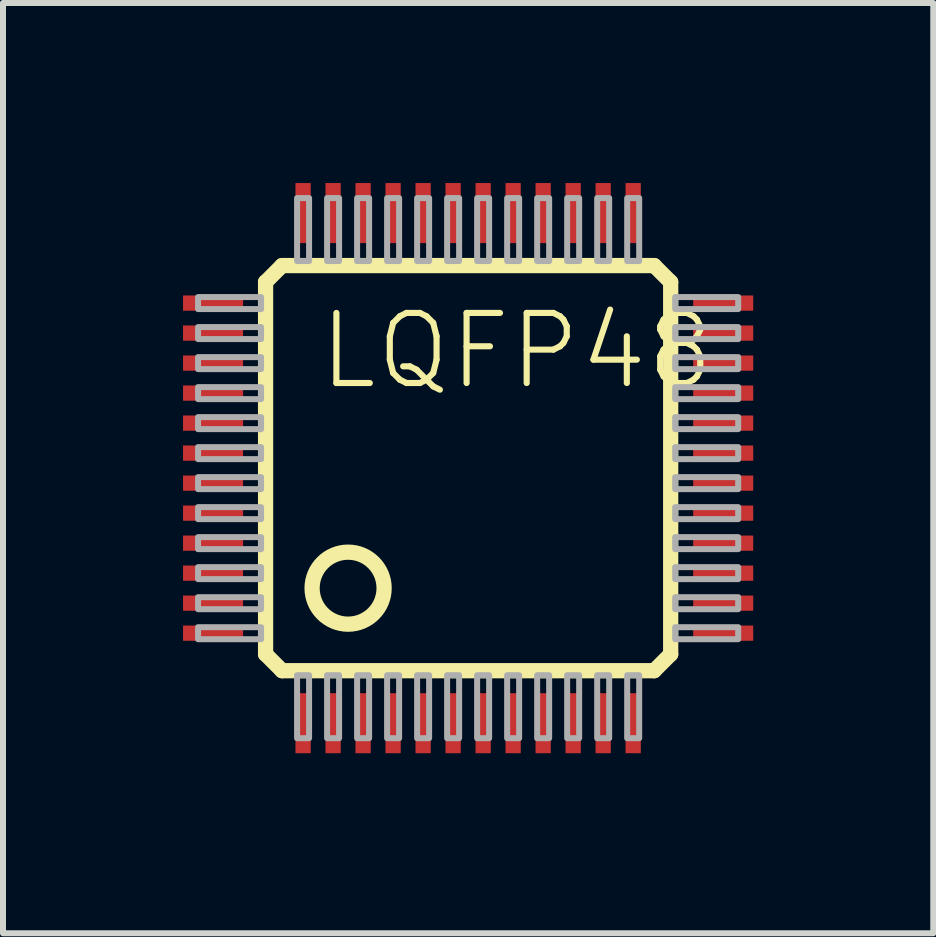
<source format=kicad_pcb>
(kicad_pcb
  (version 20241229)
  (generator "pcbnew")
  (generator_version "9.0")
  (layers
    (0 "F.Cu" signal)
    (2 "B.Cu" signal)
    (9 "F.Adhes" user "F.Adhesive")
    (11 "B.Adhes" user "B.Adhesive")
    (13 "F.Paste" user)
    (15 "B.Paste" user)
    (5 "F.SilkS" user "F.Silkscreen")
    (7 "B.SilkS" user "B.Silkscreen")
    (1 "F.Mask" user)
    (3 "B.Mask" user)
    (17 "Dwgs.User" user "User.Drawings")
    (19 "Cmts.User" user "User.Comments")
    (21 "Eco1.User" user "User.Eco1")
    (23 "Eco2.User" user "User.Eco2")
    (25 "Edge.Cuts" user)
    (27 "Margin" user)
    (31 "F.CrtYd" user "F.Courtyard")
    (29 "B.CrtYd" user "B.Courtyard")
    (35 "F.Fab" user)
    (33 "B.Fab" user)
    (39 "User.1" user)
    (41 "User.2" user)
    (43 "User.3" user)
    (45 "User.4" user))
  (footprint "LQFP48"
    (layer "F.Cu")
    (at 4.75 4.75)
    (property "Reference" "LQFP48" (at -2.54 -1.27 0) (layer "F.SilkS") (effects (font (size 1.168 1.168) (thickness 0.102)) (justify left bottom)))
    (fp_line (start -3.375 -3.1) (end -3.1 -3.375) (stroke (width 0.254) (type solid)) (layer "F.SilkS"))
    (fp_line (start -3.375 3.1) (end -3.375 -3.1) (stroke (width 0.254) (type solid)) (layer "F.SilkS"))
    (fp_line (start -3.1 -3.375) (end 3.1 -3.375) (stroke (width 0.254) (type solid)) (layer "F.SilkS"))
    (fp_line (start -3.1 3.375) (end -3.375 3.1) (stroke (width 0.254) (type solid)) (layer "F.SilkS"))
    (fp_line (start 3.1 -3.375) (end 3.375 -3.1) (stroke (width 0.254) (type solid)) (layer "F.SilkS"))
    (fp_line (start 3.1 3.375) (end -3.1 3.375) (stroke (width 0.254) (type solid)) (layer "F.SilkS"))
    (fp_line (start 3.375 -3.1) (end 3.375 3.1) (stroke (width 0.254) (type solid)) (layer "F.SilkS"))
    (fp_line (start 3.375 3.1) (end 3.1 3.375) (stroke (width 0.254) (type solid)) (layer "F.SilkS"))
    (fp_circle (center -2 2) (end -1.4 2) (stroke (width 0.254) (type solid)) (fill no) (layer "F.SilkS"))
    (fp_poly (pts (xy -4.5 -2.65) (xy -3.45 -2.65) (xy -3.45 -2.85) (xy -4.5 -2.85)) (stroke (width 0.1) (type solid)) (fill no) (layer "F.Fab"))
    (fp_poly (pts (xy -4.5 -2.15) (xy -3.45 -2.15) (xy -3.45 -2.35) (xy -4.5 -2.35)) (stroke (width 0.1) (type solid)) (fill no) (layer "F.Fab"))
    (fp_poly (pts (xy -4.5 -1.65) (xy -3.45 -1.65) (xy -3.45 -1.85) (xy -4.5 -1.85)) (stroke (width 0.1) (type solid)) (fill no) (layer "F.Fab"))
    (fp_poly (pts (xy -4.5 -1.15) (xy -3.45 -1.15) (xy -3.45 -1.35) (xy -4.5 -1.35)) (stroke (width 0.1) (type solid)) (fill no) (layer "F.Fab"))
    (fp_poly (pts (xy -4.5 -0.65) (xy -3.45 -0.65) (xy -3.45 -0.85) (xy -4.5 -0.85)) (stroke (width 0.1) (type solid)) (fill no) (layer "F.Fab"))
    (fp_poly (pts (xy -4.5 -0.15) (xy -3.45 -0.15) (xy -3.45 -0.35) (xy -4.5 -0.35)) (stroke (width 0.1) (type solid)) (fill no) (layer "F.Fab"))
    (fp_poly (pts (xy -4.5 0.35) (xy -3.45 0.35) (xy -3.45 0.15) (xy -4.5 0.15)) (stroke (width 0.1) (type solid)) (fill no) (layer "F.Fab"))
    (fp_poly (pts (xy -4.5 0.85) (xy -3.45 0.85) (xy -3.45 0.65) (xy -4.5 0.65)) (stroke (width 0.1) (type solid)) (fill no) (layer "F.Fab"))
    (fp_poly (pts (xy -4.5 1.35) (xy -3.45 1.35) (xy -3.45 1.15) (xy -4.5 1.15)) (stroke (width 0.1) (type solid)) (fill no) (layer "F.Fab"))
    (fp_poly (pts (xy -4.5 1.85) (xy -3.45 1.85) (xy -3.45 1.65) (xy -4.5 1.65)) (stroke (width 0.1) (type solid)) (fill no) (layer "F.Fab"))
    (fp_poly (pts (xy -4.5 2.35) (xy -3.45 2.35) (xy -3.45 2.15) (xy -4.5 2.15)) (stroke (width 0.1) (type solid)) (fill no) (layer "F.Fab"))
    (fp_poly (pts (xy -4.5 2.85) (xy -3.45 2.85) (xy -3.45 2.65) (xy -4.5 2.65)) (stroke (width 0.1) (type solid)) (fill no) (layer "F.Fab"))
    (fp_poly (pts (xy -2.85 -3.45) (xy -2.65 -3.45) (xy -2.65 -4.5) (xy -2.85 -4.5)) (stroke (width 0.1) (type solid)) (fill no) (layer "F.Fab"))
    (fp_poly (pts (xy -2.85 4.5) (xy -2.65 4.5) (xy -2.65 3.45) (xy -2.85 3.45)) (stroke (width 0.1) (type solid)) (fill no) (layer "F.Fab"))
    (fp_poly (pts (xy -2.35 -3.45) (xy -2.15 -3.45) (xy -2.15 -4.5) (xy -2.35 -4.5)) (stroke (width 0.1) (type solid)) (fill no) (layer "F.Fab"))
    (fp_poly (pts (xy -2.35 4.5) (xy -2.15 4.5) (xy -2.15 3.45) (xy -2.35 3.45)) (stroke (width 0.1) (type solid)) (fill no) (layer "F.Fab"))
    (fp_poly (pts (xy -1.85 -3.45) (xy -1.65 -3.45) (xy -1.65 -4.5) (xy -1.85 -4.5)) (stroke (width 0.1) (type solid)) (fill no) (layer "F.Fab"))
    (fp_poly (pts (xy -1.85 4.5) (xy -1.65 4.5) (xy -1.65 3.45) (xy -1.85 3.45)) (stroke (width 0.1) (type solid)) (fill no) (layer "F.Fab"))
    (fp_poly (pts (xy -1.35 -3.45) (xy -1.15 -3.45) (xy -1.15 -4.5) (xy -1.35 -4.5)) (stroke (width 0.1) (type solid)) (fill no) (layer "F.Fab"))
    (fp_poly (pts (xy -1.35 4.5) (xy -1.15 4.5) (xy -1.15 3.45) (xy -1.35 3.45)) (stroke (width 0.1) (type solid)) (fill no) (layer "F.Fab"))
    (fp_poly (pts (xy -0.85 -3.45) (xy -0.65 -3.45) (xy -0.65 -4.5) (xy -0.85 -4.5)) (stroke (width 0.1) (type solid)) (fill no) (layer "F.Fab"))
    (fp_poly (pts (xy -0.85 4.5) (xy -0.65 4.5) (xy -0.65 3.45) (xy -0.85 3.45)) (stroke (width 0.1) (type solid)) (fill no) (layer "F.Fab"))
    (fp_poly (pts (xy -0.35 -3.45) (xy -0.15 -3.45) (xy -0.15 -4.5) (xy -0.35 -4.5)) (stroke (width 0.1) (type solid)) (fill no) (layer "F.Fab"))
    (fp_poly (pts (xy -0.35 4.5) (xy -0.15 4.5) (xy -0.15 3.45) (xy -0.35 3.45)) (stroke (width 0.1) (type solid)) (fill no) (layer "F.Fab"))
    (fp_poly (pts (xy 0.15 -3.45) (xy 0.35 -3.45) (xy 0.35 -4.5) (xy 0.15 -4.5)) (stroke (width 0.1) (type solid)) (fill no) (layer "F.Fab"))
    (fp_poly (pts (xy 0.15 4.5) (xy 0.35 4.5) (xy 0.35 3.45) (xy 0.15 3.45)) (stroke (width 0.1) (type solid)) (fill no) (layer "F.Fab"))
    (fp_poly (pts (xy 0.65 -3.45) (xy 0.85 -3.45) (xy 0.85 -4.5) (xy 0.65 -4.5)) (stroke (width 0.1) (type solid)) (fill no) (layer "F.Fab"))
    (fp_poly (pts (xy 0.65 4.5) (xy 0.85 4.5) (xy 0.85 3.45) (xy 0.65 3.45)) (stroke (width 0.1) (type solid)) (fill no) (layer "F.Fab"))
    (fp_poly (pts (xy 1.15 -3.45) (xy 1.35 -3.45) (xy 1.35 -4.5) (xy 1.15 -4.5)) (stroke (width 0.1) (type solid)) (fill no) (layer "F.Fab"))
    (fp_poly (pts (xy 1.15 4.5) (xy 1.35 4.5) (xy 1.35 3.45) (xy 1.15 3.45)) (stroke (width 0.1) (type solid)) (fill no) (layer "F.Fab"))
    (fp_poly (pts (xy 1.65 -3.45) (xy 1.85 -3.45) (xy 1.85 -4.5) (xy 1.65 -4.5)) (stroke (width 0.1) (type solid)) (fill no) (layer "F.Fab"))
    (fp_poly (pts (xy 1.65 4.5) (xy 1.85 4.5) (xy 1.85 3.45) (xy 1.65 3.45)) (stroke (width 0.1) (type solid)) (fill no) (layer "F.Fab"))
    (fp_poly (pts (xy 2.15 -3.45) (xy 2.35 -3.45) (xy 2.35 -4.5) (xy 2.15 -4.5)) (stroke (width 0.1) (type solid)) (fill no) (layer "F.Fab"))
    (fp_poly (pts (xy 2.15 4.5) (xy 2.35 4.5) (xy 2.35 3.45) (xy 2.15 3.45)) (stroke (width 0.1) (type solid)) (fill no) (layer "F.Fab"))
    (fp_poly (pts (xy 2.65 -3.45) (xy 2.85 -3.45) (xy 2.85 -4.5) (xy 2.65 -4.5)) (stroke (width 0.1) (type solid)) (fill no) (layer "F.Fab"))
    (fp_poly (pts (xy 2.65 4.5) (xy 2.85 4.5) (xy 2.85 3.45) (xy 2.65 3.45)) (stroke (width 0.1) (type solid)) (fill no) (layer "F.Fab"))
    (fp_poly (pts (xy 3.45 -2.65) (xy 4.5 -2.65) (xy 4.5 -2.85) (xy 3.45 -2.85)) (stroke (width 0.1) (type solid)) (fill no) (layer "F.Fab"))
    (fp_poly (pts (xy 3.45 -2.15) (xy 4.5 -2.15) (xy 4.5 -2.35) (xy 3.45 -2.35)) (stroke (width 0.1) (type solid)) (fill no) (layer "F.Fab"))
    (fp_poly (pts (xy 3.45 -1.65) (xy 4.5 -1.65) (xy 4.5 -1.85) (xy 3.45 -1.85)) (stroke (width 0.1) (type solid)) (fill no) (layer "F.Fab"))
    (fp_poly (pts (xy 3.45 -1.15) (xy 4.5 -1.15) (xy 4.5 -1.35) (xy 3.45 -1.35)) (stroke (width 0.1) (type solid)) (fill no) (layer "F.Fab"))
    (fp_poly (pts (xy 3.45 -0.65) (xy 4.5 -0.65) (xy 4.5 -0.85) (xy 3.45 -0.85)) (stroke (width 0.1) (type solid)) (fill no) (layer "F.Fab"))
    (fp_poly (pts (xy 3.45 -0.15) (xy 4.5 -0.15) (xy 4.5 -0.35) (xy 3.45 -0.35)) (stroke (width 0.1) (type solid)) (fill no) (layer "F.Fab"))
    (fp_poly (pts (xy 3.45 0.35) (xy 4.5 0.35) (xy 4.5 0.15) (xy 3.45 0.15)) (stroke (width 0.1) (type solid)) (fill no) (layer "F.Fab"))
    (fp_poly (pts (xy 3.45 0.85) (xy 4.5 0.85) (xy 4.5 0.65) (xy 3.45 0.65)) (stroke (width 0.1) (type solid)) (fill no) (layer "F.Fab"))
    (fp_poly (pts (xy 3.45 1.35) (xy 4.5 1.35) (xy 4.5 1.15) (xy 3.45 1.15)) (stroke (width 0.1) (type solid)) (fill no) (layer "F.Fab"))
    (fp_poly (pts (xy 3.45 1.85) (xy 4.5 1.85) (xy 4.5 1.65) (xy 3.45 1.65)) (stroke (width 0.1) (type solid)) (fill no) (layer "F.Fab"))
    (fp_poly (pts (xy 3.45 2.35) (xy 4.5 2.35) (xy 4.5 2.15) (xy 3.45 2.15)) (stroke (width 0.1) (type solid)) (fill no) (layer "F.Fab"))
    (fp_poly (pts (xy 3.45 2.85) (xy 4.5 2.85) (xy 4.5 2.65) (xy 3.45 2.65)) (stroke (width 0.1) (type solid)) (fill no) (layer "F.Fab"))
    (pad "1" smd rect (at -2.75 4.25) (size 0.254 1) (layers "F.Cu" "F.Mask" "F.Paste"))
    (pad "2" smd rect (at -2.25 4.25) (size 0.254 1) (layers "F.Cu" "F.Mask" "F.Paste"))
    (pad "3" smd rect (at -1.75 4.25) (size 0.254 1) (layers "F.Cu" "F.Mask" "F.Paste"))
    (pad "4" smd rect (at -1.25 4.25) (size 0.254 1) (layers "F.Cu" "F.Mask" "F.Paste"))
    (pad "5" smd rect (at -0.75 4.25) (size 0.254 1) (layers "F.Cu" "F.Mask" "F.Paste"))
    (pad "6" smd rect (at -0.25 4.25) (size 0.254 1) (layers "F.Cu" "F.Mask" "F.Paste"))
    (pad "7" smd rect (at 0.25 4.25) (size 0.254 1) (layers "F.Cu" "F.Mask" "F.Paste"))
    (pad "8" smd rect (at 0.75 4.25) (size 0.254 1) (layers "F.Cu" "F.Mask" "F.Paste"))
    (pad "9" smd rect (at 1.25 4.25) (size 0.254 1) (layers "F.Cu" "F.Mask" "F.Paste"))
    (pad "10" smd rect (at 1.75 4.25) (size 0.254 1) (layers "F.Cu" "F.Mask" "F.Paste"))
    (pad "11" smd rect (at 2.25 4.25) (size 0.254 1) (layers "F.Cu" "F.Mask" "F.Paste"))
    (pad "12" smd rect (at 2.75 4.25) (size 0.254 1) (layers "F.Cu" "F.Mask" "F.Paste"))
    (pad "13" smd rect (at 4.25 2.75) (size 1 0.254) (layers "F.Cu" "F.Mask" "F.Paste"))
    (pad "14" smd rect (at 4.25 2.25) (size 1 0.254) (layers "F.Cu" "F.Mask" "F.Paste"))
    (pad "15" smd rect (at 4.25 1.75) (size 1 0.254) (layers "F.Cu" "F.Mask" "F.Paste"))
    (pad "16" smd rect (at 4.25 1.25) (size 1 0.254) (layers "F.Cu" "F.Mask" "F.Paste"))
    (pad "17" smd rect (at 4.25 0.75) (size 1 0.254) (layers "F.Cu" "F.Mask" "F.Paste"))
    (pad "18" smd rect (at 4.25 0.25) (size 1 0.254) (layers "F.Cu" "F.Mask" "F.Paste"))
    (pad "19" smd rect (at 4.25 -0.25) (size 1 0.254) (layers "F.Cu" "F.Mask" "F.Paste"))
    (pad "20" smd rect (at 4.25 -0.75) (size 1 0.254) (layers "F.Cu" "F.Mask" "F.Paste"))
    (pad "21" smd rect (at 4.25 -1.25) (size 1 0.254) (layers "F.Cu" "F.Mask" "F.Paste"))
    (pad "22" smd rect (at 4.25 -1.75) (size 1 0.254) (layers "F.Cu" "F.Mask" "F.Paste"))
    (pad "23" smd rect (at 4.25 -2.25) (size 1 0.254) (layers "F.Cu" "F.Mask" "F.Paste"))
    (pad "24" smd rect (at 4.25 -2.75) (size 1 0.254) (layers "F.Cu" "F.Mask" "F.Paste"))
    (pad "25" smd rect (at 2.75 -4.25) (size 0.254 1) (layers "F.Cu" "F.Mask" "F.Paste"))
    (pad "26" smd rect (at 2.25 -4.25) (size 0.254 1) (layers "F.Cu" "F.Mask" "F.Paste"))
    (pad "27" smd rect (at 1.75 -4.25) (size 0.254 1) (layers "F.Cu" "F.Mask" "F.Paste"))
    (pad "28" smd rect (at 1.25 -4.25) (size 0.254 1) (layers "F.Cu" "F.Mask" "F.Paste"))
    (pad "29" smd rect (at 0.75 -4.25) (size 0.254 1) (layers "F.Cu" "F.Mask" "F.Paste"))
    (pad "30" smd rect (at 0.25 -4.25) (size 0.254 1) (layers "F.Cu" "F.Mask" "F.Paste"))
    (pad "31" smd rect (at -0.25 -4.25) (size 0.254 1) (layers "F.Cu" "F.Mask" "F.Paste"))
    (pad "32" smd rect (at -0.75 -4.25) (size 0.254 1) (layers "F.Cu" "F.Mask" "F.Paste"))
    (pad "33" smd rect (at -1.25 -4.25) (size 0.254 1) (layers "F.Cu" "F.Mask" "F.Paste"))
    (pad "34" smd rect (at -1.75 -4.25) (size 0.254 1) (layers "F.Cu" "F.Mask" "F.Paste"))
    (pad "35" smd rect (at -2.25 -4.25) (size 0.254 1) (layers "F.Cu" "F.Mask" "F.Paste"))
    (pad "36" smd rect (at -2.75 -4.25) (size 0.254 1) (layers "F.Cu" "F.Mask" "F.Paste"))
    (pad "37" smd rect (at -4.25 -2.75) (size 1 0.254) (layers "F.Cu" "F.Mask" "F.Paste"))
    (pad "38" smd rect (at -4.25 -2.25) (size 1 0.254) (layers "F.Cu" "F.Mask" "F.Paste"))
    (pad "39" smd rect (at -4.25 -1.75) (size 1 0.254) (layers "F.Cu" "F.Mask" "F.Paste"))
    (pad "40" smd rect (at -4.25 -1.25) (size 1 0.254) (layers "F.Cu" "F.Mask" "F.Paste"))
    (pad "41" smd rect (at -4.25 -0.75) (size 1 0.254) (layers "F.Cu" "F.Mask" "F.Paste"))
    (pad "42" smd rect (at -4.25 -0.25) (size 1 0.254) (layers "F.Cu" "F.Mask" "F.Paste"))
    (pad "43" smd rect (at -4.25 0.25) (size 1 0.254) (layers "F.Cu" "F.Mask" "F.Paste"))
    (pad "44" smd rect (at -4.25 0.75) (size 1 0.254) (layers "F.Cu" "F.Mask" "F.Paste"))
    (pad "45" smd rect (at -4.25 1.25) (size 1 0.254) (layers "F.Cu" "F.Mask" "F.Paste"))
    (pad "46" smd rect (at -4.25 1.75) (size 1 0.254) (layers "F.Cu" "F.Mask" "F.Paste"))
    (pad "47" smd rect (at -4.25 2.25) (size 1 0.254) (layers "F.Cu" "F.Mask" "F.Paste"))
    (pad "48" smd rect (at -4.25 2.75) (size 1 0.254) (layers "F.Cu" "F.Mask" "F.Paste")))
  (gr_rect
    (start -3 -3)
    (end 12.5 12.5)
    (stroke (width 0.1) (type default))
    (fill no)
    (layer "Edge.Cuts")))
</source>
